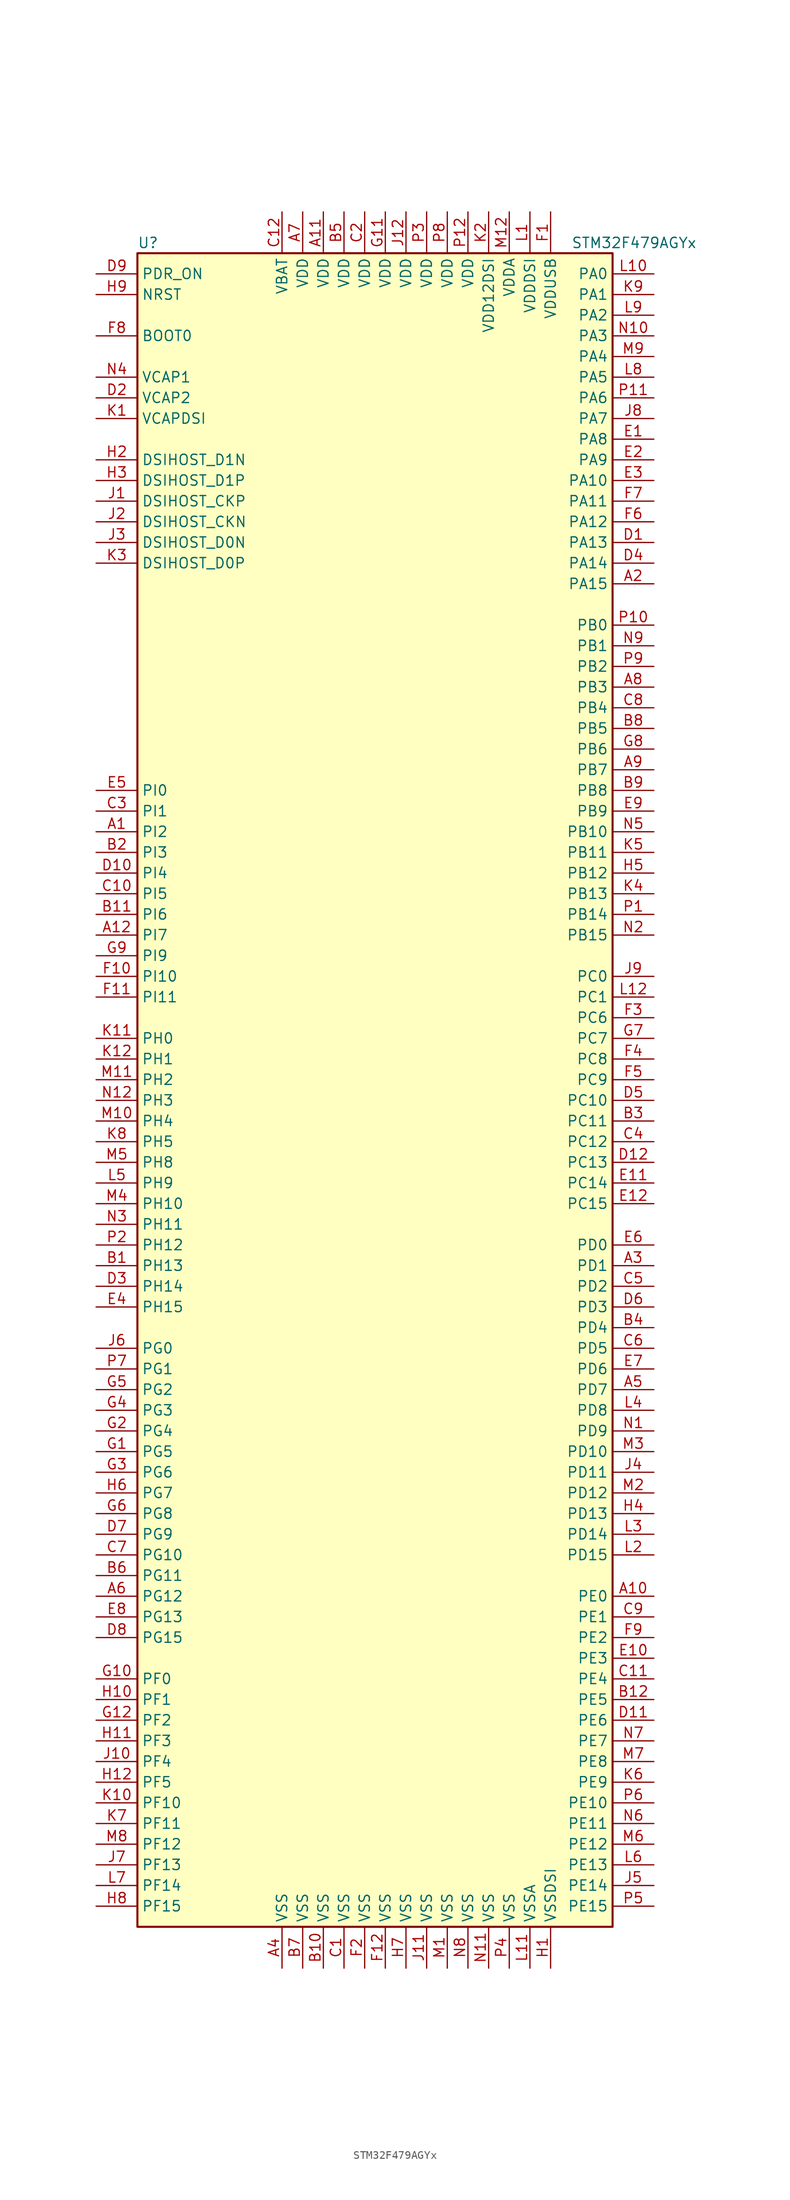
<source format=kicad_sym>
(kicad_symbol_lib
  (version 20220914)
  (generator kicad_symbol_editor)
  (symbol "STM32F479AGYx"
    (property "Reference" "U"
      (at -30.48 102.87 0)
      (effects (font (size 1.27 1.27)) (justify left)))
    (property "Value" "STM32F479AGYx"
      (at 22.86 102.87 0)
      (effects (font (size 1.27 1.27)) (justify left)))
    (symbol "STM32F479AGYx_0_1"
      (rectangle (start -30.48 -104.14) (end 27.94 101.6) (stroke (width 0.254) (type default)) (fill (type background))))
    (symbol "STM32F479AGYx_1_1"
      (pin bidirectional line (at -35.56 30.48 0) (length 5.08) (name "PI2" (effects (font (size 1.27 1.27)))) (number "A1" (effects (font (size 1.27 1.27)))))
      (pin bidirectional line (at 33.02 -63.5 180) (length 5.08) (name "PE0" (effects (font (size 1.27 1.27)))) (number "A10" (effects (font (size 1.27 1.27)))))
      (pin power_in line (at -7.62 106.68 270) (length 5.08) (name "VDD" (effects (font (size 1.27 1.27)))) (number "A11" (effects (font (size 1.27 1.27)))))
      (pin bidirectional line (at -35.56 17.78 0) (length 5.08) (name "PI7" (effects (font (size 1.27 1.27)))) (number "A12" (effects (font (size 1.27 1.27)))))
      (pin bidirectional line (at 33.02 60.96 180) (length 5.08) (name "PA15" (effects (font (size 1.27 1.27)))) (number "A2" (effects (font (size 1.27 1.27)))))
      (pin bidirectional line (at 33.02 -22.86 180) (length 5.08) (name "PD1" (effects (font (size 1.27 1.27)))) (number "A3" (effects (font (size 1.27 1.27)))))
      (pin power_in line (at -12.7 -109.22 90) (length 5.08) (name "VSS" (effects (font (size 1.27 1.27)))) (number "A4" (effects (font (size 1.27 1.27)))))
      (pin bidirectional line (at 33.02 -38.1 180) (length 5.08) (name "PD7" (effects (font (size 1.27 1.27)))) (number "A5" (effects (font (size 1.27 1.27)))))
      (pin bidirectional line (at -35.56 -63.5 0) (length 5.08) (name "PG12" (effects (font (size 1.27 1.27)))) (number "A6" (effects (font (size 1.27 1.27)))))
      (pin power_in line (at -10.16 106.68 270) (length 5.08) (name "VDD" (effects (font (size 1.27 1.27)))) (number "A7" (effects (font (size 1.27 1.27)))))
      (pin bidirectional line (at 33.02 48.26 180) (length 5.08) (name "PB3" (effects (font (size 1.27 1.27)))) (number "A8" (effects (font (size 1.27 1.27)))))
      (pin bidirectional line (at 33.02 38.1 180) (length 5.08) (name "PB7" (effects (font (size 1.27 1.27)))) (number "A9" (effects (font (size 1.27 1.27)))))
      (pin bidirectional line (at -35.56 -22.86 0) (length 5.08) (name "PH13" (effects (font (size 1.27 1.27)))) (number "B1" (effects (font (size 1.27 1.27)))))
      (pin power_in line (at -7.62 -109.22 90) (length 5.08) (name "VSS" (effects (font (size 1.27 1.27)))) (number "B10" (effects (font (size 1.27 1.27)))))
      (pin bidirectional line (at -35.56 20.32 0) (length 5.08) (name "PI6" (effects (font (size 1.27 1.27)))) (number "B11" (effects (font (size 1.27 1.27)))))
      (pin bidirectional line (at 33.02 -76.2 180) (length 5.08) (name "PE5" (effects (font (size 1.27 1.27)))) (number "B12" (effects (font (size 1.27 1.27)))))
      (pin bidirectional line (at -35.56 27.94 0) (length 5.08) (name "PI3" (effects (font (size 1.27 1.27)))) (number "B2" (effects (font (size 1.27 1.27)))))
      (pin bidirectional line (at 33.02 -5.08 180) (length 5.08) (name "PC11" (effects (font (size 1.27 1.27)))) (number "B3" (effects (font (size 1.27 1.27)))))
      (pin bidirectional line (at 33.02 -30.48 180) (length 5.08) (name "PD4" (effects (font (size 1.27 1.27)))) (number "B4" (effects (font (size 1.27 1.27)))))
      (pin power_in line (at -5.08 106.68 270) (length 5.08) (name "VDD" (effects (font (size 1.27 1.27)))) (number "B5" (effects (font (size 1.27 1.27)))))
      (pin bidirectional line (at -35.56 -60.96 0) (length 5.08) (name "PG11" (effects (font (size 1.27 1.27)))) (number "B6" (effects (font (size 1.27 1.27)))))
      (pin power_in line (at -10.16 -109.22 90) (length 5.08) (name "VSS" (effects (font (size 1.27 1.27)))) (number "B7" (effects (font (size 1.27 1.27)))))
      (pin bidirectional line (at 33.02 43.18 180) (length 5.08) (name "PB5" (effects (font (size 1.27 1.27)))) (number "B8" (effects (font (size 1.27 1.27)))))
      (pin bidirectional line (at 33.02 35.56 180) (length 5.08) (name "PB8" (effects (font (size 1.27 1.27)))) (number "B9" (effects (font (size 1.27 1.27)))))
      (pin power_in line (at -5.08 -109.22 90) (length 5.08) (name "VSS" (effects (font (size 1.27 1.27)))) (number "C1" (effects (font (size 1.27 1.27)))))
      (pin bidirectional line (at -35.56 22.86 0) (length 5.08) (name "PI5" (effects (font (size 1.27 1.27)))) (number "C10" (effects (font (size 1.27 1.27)))))
      (pin bidirectional line (at 33.02 -73.66 180) (length 5.08) (name "PE4" (effects (font (size 1.27 1.27)))) (number "C11" (effects (font (size 1.27 1.27)))))
      (pin power_in line (at -12.7 106.68 270) (length 5.08) (name "VBAT" (effects (font (size 1.27 1.27)))) (number "C12" (effects (font (size 1.27 1.27)))))
      (pin power_in line (at -2.54 106.68 270) (length 5.08) (name "VDD" (effects (font (size 1.27 1.27)))) (number "C2" (effects (font (size 1.27 1.27)))))
      (pin bidirectional line (at -35.56 33.02 0) (length 5.08) (name "PI1" (effects (font (size 1.27 1.27)))) (number "C3" (effects (font (size 1.27 1.27)))))
      (pin bidirectional line (at 33.02 -7.62 180) (length 5.08) (name "PC12" (effects (font (size 1.27 1.27)))) (number "C4" (effects (font (size 1.27 1.27)))))
      (pin bidirectional line (at 33.02 -25.4 180) (length 5.08) (name "PD2" (effects (font (size 1.27 1.27)))) (number "C5" (effects (font (size 1.27 1.27)))))
      (pin bidirectional line (at 33.02 -33.02 180) (length 5.08) (name "PD5" (effects (font (size 1.27 1.27)))) (number "C6" (effects (font (size 1.27 1.27)))))
      (pin bidirectional line (at -35.56 -58.42 0) (length 5.08) (name "PG10" (effects (font (size 1.27 1.27)))) (number "C7" (effects (font (size 1.27 1.27)))))
      (pin bidirectional line (at 33.02 45.72 180) (length 5.08) (name "PB4" (effects (font (size 1.27 1.27)))) (number "C8" (effects (font (size 1.27 1.27)))))
      (pin bidirectional line (at 33.02 -66.04 180) (length 5.08) (name "PE1" (effects (font (size 1.27 1.27)))) (number "C9" (effects (font (size 1.27 1.27)))))
      (pin bidirectional line (at 33.02 66.04 180) (length 5.08) (name "PA13" (effects (font (size 1.27 1.27)))) (number "D1" (effects (font (size 1.27 1.27)))))
      (pin bidirectional line (at -35.56 25.4 0) (length 5.08) (name "PI4" (effects (font (size 1.27 1.27)))) (number "D10" (effects (font (size 1.27 1.27)))))
      (pin bidirectional line (at 33.02 -78.74 180) (length 5.08) (name "PE6" (effects (font (size 1.27 1.27)))) (number "D11" (effects (font (size 1.27 1.27)))))
      (pin bidirectional line (at 33.02 -10.16 180) (length 5.08) (name "PC13" (effects (font (size 1.27 1.27)))) (number "D12" (effects (font (size 1.27 1.27)))))
      (pin power_in line (at -35.56 83.82 0) (length 5.08) (name "VCAP2" (effects (font (size 1.27 1.27)))) (number "D2" (effects (font (size 1.27 1.27)))))
      (pin bidirectional line (at -35.56 -25.4 0) (length 5.08) (name "PH14" (effects (font (size 1.27 1.27)))) (number "D3" (effects (font (size 1.27 1.27)))))
      (pin bidirectional line (at 33.02 63.5 180) (length 5.08) (name "PA14" (effects (font (size 1.27 1.27)))) (number "D4" (effects (font (size 1.27 1.27)))))
      (pin bidirectional line (at 33.02 -2.54 180) (length 5.08) (name "PC10" (effects (font (size 1.27 1.27)))) (number "D5" (effects (font (size 1.27 1.27)))))
      (pin bidirectional line (at 33.02 -27.94 180) (length 5.08) (name "PD3" (effects (font (size 1.27 1.27)))) (number "D6" (effects (font (size 1.27 1.27)))))
      (pin bidirectional line (at -35.56 -55.88 0) (length 5.08) (name "PG9" (effects (font (size 1.27 1.27)))) (number "D7" (effects (font (size 1.27 1.27)))))
      (pin bidirectional line (at -35.56 -68.58 0) (length 5.08) (name "PG15" (effects (font (size 1.27 1.27)))) (number "D8" (effects (font (size 1.27 1.27)))))
      (pin input line (at -35.56 99.06 0) (length 5.08) (name "PDR_ON" (effects (font (size 1.27 1.27)))) (number "D9" (effects (font (size 1.27 1.27)))))
      (pin bidirectional line (at 33.02 78.74 180) (length 5.08) (name "PA8" (effects (font (size 1.27 1.27)))) (number "E1" (effects (font (size 1.27 1.27)))))
      (pin bidirectional line (at 33.02 -71.12 180) (length 5.08) (name "PE3" (effects (font (size 1.27 1.27)))) (number "E10" (effects (font (size 1.27 1.27)))))
      (pin bidirectional line (at 33.02 -12.7 180) (length 5.08) (name "PC14" (effects (font (size 1.27 1.27)))) (number "E11" (effects (font (size 1.27 1.27)))))
      (pin bidirectional line (at 33.02 -15.24 180) (length 5.08) (name "PC15" (effects (font (size 1.27 1.27)))) (number "E12" (effects (font (size 1.27 1.27)))))
      (pin bidirectional line (at 33.02 76.2 180) (length 5.08) (name "PA9" (effects (font (size 1.27 1.27)))) (number "E2" (effects (font (size 1.27 1.27)))))
      (pin bidirectional line (at 33.02 73.66 180) (length 5.08) (name "PA10" (effects (font (size 1.27 1.27)))) (number "E3" (effects (font (size 1.27 1.27)))))
      (pin bidirectional line (at -35.56 -27.94 0) (length 5.08) (name "PH15" (effects (font (size 1.27 1.27)))) (number "E4" (effects (font (size 1.27 1.27)))))
      (pin bidirectional line (at -35.56 35.56 0) (length 5.08) (name "PI0" (effects (font (size 1.27 1.27)))) (number "E5" (effects (font (size 1.27 1.27)))))
      (pin bidirectional line (at 33.02 -20.32 180) (length 5.08) (name "PD0" (effects (font (size 1.27 1.27)))) (number "E6" (effects (font (size 1.27 1.27)))))
      (pin bidirectional line (at 33.02 -35.56 180) (length 5.08) (name "PD6" (effects (font (size 1.27 1.27)))) (number "E7" (effects (font (size 1.27 1.27)))))
      (pin bidirectional line (at -35.56 -66.04 0) (length 5.08) (name "PG13" (effects (font (size 1.27 1.27)))) (number "E8" (effects (font (size 1.27 1.27)))))
      (pin bidirectional line (at 33.02 33.02 180) (length 5.08) (name "PB9" (effects (font (size 1.27 1.27)))) (number "E9" (effects (font (size 1.27 1.27)))))
      (pin power_in line (at 20.32 106.68 270) (length 5.08) (name "VDDUSB" (effects (font (size 1.27 1.27)))) (number "F1" (effects (font (size 1.27 1.27)))))
      (pin bidirectional line (at -35.56 12.7 0) (length 5.08) (name "PI10" (effects (font (size 1.27 1.27)))) (number "F10" (effects (font (size 1.27 1.27)))))
      (pin bidirectional line (at -35.56 10.16 0) (length 5.08) (name "PI11" (effects (font (size 1.27 1.27)))) (number "F11" (effects (font (size 1.27 1.27)))))
      (pin power_in line (at 0 -109.22 90) (length 5.08) (name "VSS" (effects (font (size 1.27 1.27)))) (number "F12" (effects (font (size 1.27 1.27)))))
      (pin power_in line (at -2.54 -109.22 90) (length 5.08) (name "VSS" (effects (font (size 1.27 1.27)))) (number "F2" (effects (font (size 1.27 1.27)))))
      (pin bidirectional line (at 33.02 7.62 180) (length 5.08) (name "PC6" (effects (font (size 1.27 1.27)))) (number "F3" (effects (font (size 1.27 1.27)))))
      (pin bidirectional line (at 33.02 2.54 180) (length 5.08) (name "PC8" (effects (font (size 1.27 1.27)))) (number "F4" (effects (font (size 1.27 1.27)))))
      (pin bidirectional line (at 33.02 0 180) (length 5.08) (name "PC9" (effects (font (size 1.27 1.27)))) (number "F5" (effects (font (size 1.27 1.27)))))
      (pin bidirectional line (at 33.02 68.58 180) (length 5.08) (name "PA12" (effects (font (size 1.27 1.27)))) (number "F6" (effects (font (size 1.27 1.27)))))
      (pin bidirectional line (at 33.02 71.12 180) (length 5.08) (name "PA11" (effects (font (size 1.27 1.27)))) (number "F7" (effects (font (size 1.27 1.27)))))
      (pin input line (at -35.56 91.44 0) (length 5.08) (name "BOOT0" (effects (font (size 1.27 1.27)))) (number "F8" (effects (font (size 1.27 1.27)))))
      (pin bidirectional line (at 33.02 -68.58 180) (length 5.08) (name "PE2" (effects (font (size 1.27 1.27)))) (number "F9" (effects (font (size 1.27 1.27)))))
      (pin bidirectional line (at -35.56 -45.72 0) (length 5.08) (name "PG5" (effects (font (size 1.27 1.27)))) (number "G1" (effects (font (size 1.27 1.27)))))
      (pin bidirectional line (at -35.56 -73.66 0) (length 5.08) (name "PF0" (effects (font (size 1.27 1.27)))) (number "G10" (effects (font (size 1.27 1.27)))))
      (pin power_in line (at 0 106.68 270) (length 5.08) (name "VDD" (effects (font (size 1.27 1.27)))) (number "G11" (effects (font (size 1.27 1.27)))))
      (pin bidirectional line (at -35.56 -78.74 0) (length 5.08) (name "PF2" (effects (font (size 1.27 1.27)))) (number "G12" (effects (font (size 1.27 1.27)))))
      (pin bidirectional line (at -35.56 -43.18 0) (length 5.08) (name "PG4" (effects (font (size 1.27 1.27)))) (number "G2" (effects (font (size 1.27 1.27)))))
      (pin bidirectional line (at -35.56 -48.26 0) (length 5.08) (name "PG6" (effects (font (size 1.27 1.27)))) (number "G3" (effects (font (size 1.27 1.27)))))
      (pin bidirectional line (at -35.56 -40.64 0) (length 5.08) (name "PG3" (effects (font (size 1.27 1.27)))) (number "G4" (effects (font (size 1.27 1.27)))))
      (pin bidirectional line (at -35.56 -38.1 0) (length 5.08) (name "PG2" (effects (font (size 1.27 1.27)))) (number "G5" (effects (font (size 1.27 1.27)))))
      (pin bidirectional line (at -35.56 -53.34 0) (length 5.08) (name "PG8" (effects (font (size 1.27 1.27)))) (number "G6" (effects (font (size 1.27 1.27)))))
      (pin bidirectional line (at 33.02 5.08 180) (length 5.08) (name "PC7" (effects (font (size 1.27 1.27)))) (number "G7" (effects (font (size 1.27 1.27)))))
      (pin bidirectional line (at 33.02 40.64 180) (length 5.08) (name "PB6" (effects (font (size 1.27 1.27)))) (number "G8" (effects (font (size 1.27 1.27)))))
      (pin bidirectional line (at -35.56 15.24 0) (length 5.08) (name "PI9" (effects (font (size 1.27 1.27)))) (number "G9" (effects (font (size 1.27 1.27)))))
      (pin power_in line (at 20.32 -109.22 90) (length 5.08) (name "VSSDSI" (effects (font (size 1.27 1.27)))) (number "H1" (effects (font (size 1.27 1.27)))))
      (pin bidirectional line (at -35.56 -76.2 0) (length 5.08) (name "PF1" (effects (font (size 1.27 1.27)))) (number "H10" (effects (font (size 1.27 1.27)))))
      (pin bidirectional line (at -35.56 -81.28 0) (length 5.08) (name "PF3" (effects (font (size 1.27 1.27)))) (number "H11" (effects (font (size 1.27 1.27)))))
      (pin bidirectional line (at -35.56 -86.36 0) (length 5.08) (name "PF5" (effects (font (size 1.27 1.27)))) (number "H12" (effects (font (size 1.27 1.27)))))
      (pin bidirectional line (at -35.56 76.2 0) (length 5.08) (name "DSIHOST_D1N" (effects (font (size 1.27 1.27)))) (number "H2" (effects (font (size 1.27 1.27)))))
      (pin bidirectional line (at -35.56 73.66 0) (length 5.08) (name "DSIHOST_D1P" (effects (font (size 1.27 1.27)))) (number "H3" (effects (font (size 1.27 1.27)))))
      (pin bidirectional line (at 33.02 -53.34 180) (length 5.08) (name "PD13" (effects (font (size 1.27 1.27)))) (number "H4" (effects (font (size 1.27 1.27)))))
      (pin bidirectional line (at 33.02 25.4 180) (length 5.08) (name "PB12" (effects (font (size 1.27 1.27)))) (number "H5" (effects (font (size 1.27 1.27)))))
      (pin bidirectional line (at -35.56 -50.8 0) (length 5.08) (name "PG7" (effects (font (size 1.27 1.27)))) (number "H6" (effects (font (size 1.27 1.27)))))
      (pin power_in line (at 2.54 -109.22 90) (length 5.08) (name "VSS" (effects (font (size 1.27 1.27)))) (number "H7" (effects (font (size 1.27 1.27)))))
      (pin bidirectional line (at -35.56 -101.6 0) (length 5.08) (name "PF15" (effects (font (size 1.27 1.27)))) (number "H8" (effects (font (size 1.27 1.27)))))
      (pin input line (at -35.56 96.52 0) (length 5.08) (name "NRST" (effects (font (size 1.27 1.27)))) (number "H9" (effects (font (size 1.27 1.27)))))
      (pin bidirectional line (at -35.56 71.12 0) (length 5.08) (name "DSIHOST_CKP" (effects (font (size 1.27 1.27)))) (number "J1" (effects (font (size 1.27 1.27)))))
      (pin bidirectional line (at -35.56 -83.82 0) (length 5.08) (name "PF4" (effects (font (size 1.27 1.27)))) (number "J10" (effects (font (size 1.27 1.27)))))
      (pin power_in line (at 5.08 -109.22 90) (length 5.08) (name "VSS" (effects (font (size 1.27 1.27)))) (number "J11" (effects (font (size 1.27 1.27)))))
      (pin power_in line (at 2.54 106.68 270) (length 5.08) (name "VDD" (effects (font (size 1.27 1.27)))) (number "J12" (effects (font (size 1.27 1.27)))))
      (pin bidirectional line (at -35.56 68.58 0) (length 5.08) (name "DSIHOST_CKN" (effects (font (size 1.27 1.27)))) (number "J2" (effects (font (size 1.27 1.27)))))
      (pin bidirectional line (at -35.56 66.04 0) (length 5.08) (name "DSIHOST_D0N" (effects (font (size 1.27 1.27)))) (number "J3" (effects (font (size 1.27 1.27)))))
      (pin bidirectional line (at 33.02 -48.26 180) (length 5.08) (name "PD11" (effects (font (size 1.27 1.27)))) (number "J4" (effects (font (size 1.27 1.27)))))
      (pin bidirectional line (at 33.02 -99.06 180) (length 5.08) (name "PE14" (effects (font (size 1.27 1.27)))) (number "J5" (effects (font (size 1.27 1.27)))))
      (pin bidirectional line (at -35.56 -33.02 0) (length 5.08) (name "PG0" (effects (font (size 1.27 1.27)))) (number "J6" (effects (font (size 1.27 1.27)))))
      (pin bidirectional line (at -35.56 -96.52 0) (length 5.08) (name "PF13" (effects (font (size 1.27 1.27)))) (number "J7" (effects (font (size 1.27 1.27)))))
      (pin bidirectional line (at 33.02 81.28 180) (length 5.08) (name "PA7" (effects (font (size 1.27 1.27)))) (number "J8" (effects (font (size 1.27 1.27)))))
      (pin bidirectional line (at 33.02 12.7 180) (length 5.08) (name "PC0" (effects (font (size 1.27 1.27)))) (number "J9" (effects (font (size 1.27 1.27)))))
      (pin power_in line (at -35.56 81.28 0) (length 5.08) (name "VCAPDSI" (effects (font (size 1.27 1.27)))) (number "K1" (effects (font (size 1.27 1.27)))))
      (pin bidirectional line (at -35.56 -88.9 0) (length 5.08) (name "PF10" (effects (font (size 1.27 1.27)))) (number "K10" (effects (font (size 1.27 1.27)))))
      (pin input line (at -35.56 5.08 0) (length 5.08) (name "PH0" (effects (font (size 1.27 1.27)))) (number "K11" (effects (font (size 1.27 1.27)))))
      (pin input line (at -35.56 2.54 0) (length 5.08) (name "PH1" (effects (font (size 1.27 1.27)))) (number "K12" (effects (font (size 1.27 1.27)))))
      (pin power_in line (at 12.7 106.68 270) (length 5.08) (name "VDD12DSI" (effects (font (size 1.27 1.27)))) (number "K2" (effects (font (size 1.27 1.27)))))
      (pin bidirectional line (at -35.56 63.5 0) (length 5.08) (name "DSIHOST_D0P" (effects (font (size 1.27 1.27)))) (number "K3" (effects (font (size 1.27 1.27)))))
      (pin bidirectional line (at 33.02 22.86 180) (length 5.08) (name "PB13" (effects (font (size 1.27 1.27)))) (number "K4" (effects (font (size 1.27 1.27)))))
      (pin bidirectional line (at 33.02 27.94 180) (length 5.08) (name "PB11" (effects (font (size 1.27 1.27)))) (number "K5" (effects (font (size 1.27 1.27)))))
      (pin bidirectional line (at 33.02 -86.36 180) (length 5.08) (name "PE9" (effects (font (size 1.27 1.27)))) (number "K6" (effects (font (size 1.27 1.27)))))
      (pin bidirectional line (at -35.56 -91.44 0) (length 5.08) (name "PF11" (effects (font (size 1.27 1.27)))) (number "K7" (effects (font (size 1.27 1.27)))))
      (pin bidirectional line (at -35.56 -7.62 0) (length 5.08) (name "PH5" (effects (font (size 1.27 1.27)))) (number "K8" (effects (font (size 1.27 1.27)))))
      (pin bidirectional line (at 33.02 96.52 180) (length 5.08) (name "PA1" (effects (font (size 1.27 1.27)))) (number "K9" (effects (font (size 1.27 1.27)))))
      (pin power_in line (at 17.78 106.68 270) (length 5.08) (name "VDDDSI" (effects (font (size 1.27 1.27)))) (number "L1" (effects (font (size 1.27 1.27)))))
      (pin bidirectional line (at 33.02 99.06 180) (length 5.08) (name "PA0" (effects (font (size 1.27 1.27)))) (number "L10" (effects (font (size 1.27 1.27)))))
      (pin power_in line (at 17.78 -109.22 90) (length 5.08) (name "VSSA" (effects (font (size 1.27 1.27)))) (number "L11" (effects (font (size 1.27 1.27)))))
      (pin bidirectional line (at 33.02 10.16 180) (length 5.08) (name "PC1" (effects (font (size 1.27 1.27)))) (number "L12" (effects (font (size 1.27 1.27)))))
      (pin bidirectional line (at 33.02 -58.42 180) (length 5.08) (name "PD15" (effects (font (size 1.27 1.27)))) (number "L2" (effects (font (size 1.27 1.27)))))
      (pin bidirectional line (at 33.02 -55.88 180) (length 5.08) (name "PD14" (effects (font (size 1.27 1.27)))) (number "L3" (effects (font (size 1.27 1.27)))))
      (pin bidirectional line (at 33.02 -40.64 180) (length 5.08) (name "PD8" (effects (font (size 1.27 1.27)))) (number "L4" (effects (font (size 1.27 1.27)))))
      (pin bidirectional line (at -35.56 -12.7 0) (length 5.08) (name "PH9" (effects (font (size 1.27 1.27)))) (number "L5" (effects (font (size 1.27 1.27)))))
      (pin bidirectional line (at 33.02 -96.52 180) (length 5.08) (name "PE13" (effects (font (size 1.27 1.27)))) (number "L6" (effects (font (size 1.27 1.27)))))
      (pin bidirectional line (at -35.56 -99.06 0) (length 5.08) (name "PF14" (effects (font (size 1.27 1.27)))) (number "L7" (effects (font (size 1.27 1.27)))))
      (pin bidirectional line (at 33.02 86.36 180) (length 5.08) (name "PA5" (effects (font (size 1.27 1.27)))) (number "L8" (effects (font (size 1.27 1.27)))))
      (pin bidirectional line (at 33.02 93.98 180) (length 5.08) (name "PA2" (effects (font (size 1.27 1.27)))) (number "L9" (effects (font (size 1.27 1.27)))))
      (pin power_in line (at 7.62 -109.22 90) (length 5.08) (name "VSS" (effects (font (size 1.27 1.27)))) (number "M1" (effects (font (size 1.27 1.27)))))
      (pin bidirectional line (at -35.56 -5.08 0) (length 5.08) (name "PH4" (effects (font (size 1.27 1.27)))) (number "M10" (effects (font (size 1.27 1.27)))))
      (pin bidirectional line (at -35.56 0 0) (length 5.08) (name "PH2" (effects (font (size 1.27 1.27)))) (number "M11" (effects (font (size 1.27 1.27)))))
      (pin power_in line (at 15.24 106.68 270) (length 5.08) (name "VDDA" (effects (font (size 1.27 1.27)))) (number "M12" (effects (font (size 1.27 1.27)))))
      (pin bidirectional line (at 33.02 -50.8 180) (length 5.08) (name "PD12" (effects (font (size 1.27 1.27)))) (number "M2" (effects (font (size 1.27 1.27)))))
      (pin bidirectional line (at 33.02 -45.72 180) (length 5.08) (name "PD10" (effects (font (size 1.27 1.27)))) (number "M3" (effects (font (size 1.27 1.27)))))
      (pin bidirectional line (at -35.56 -15.24 0) (length 5.08) (name "PH10" (effects (font (size 1.27 1.27)))) (number "M4" (effects (font (size 1.27 1.27)))))
      (pin bidirectional line (at -35.56 -10.16 0) (length 5.08) (name "PH8" (effects (font (size 1.27 1.27)))) (number "M5" (effects (font (size 1.27 1.27)))))
      (pin bidirectional line (at 33.02 -93.98 180) (length 5.08) (name "PE12" (effects (font (size 1.27 1.27)))) (number "M6" (effects (font (size 1.27 1.27)))))
      (pin bidirectional line (at 33.02 -83.82 180) (length 5.08) (name "PE8" (effects (font (size 1.27 1.27)))) (number "M7" (effects (font (size 1.27 1.27)))))
      (pin bidirectional line (at -35.56 -93.98 0) (length 5.08) (name "PF12" (effects (font (size 1.27 1.27)))) (number "M8" (effects (font (size 1.27 1.27)))))
      (pin bidirectional line (at 33.02 88.9 180) (length 5.08) (name "PA4" (effects (font (size 1.27 1.27)))) (number "M9" (effects (font (size 1.27 1.27)))))
      (pin bidirectional line (at 33.02 -43.18 180) (length 5.08) (name "PD9" (effects (font (size 1.27 1.27)))) (number "N1" (effects (font (size 1.27 1.27)))))
      (pin bidirectional line (at 33.02 91.44 180) (length 5.08) (name "PA3" (effects (font (size 1.27 1.27)))) (number "N10" (effects (font (size 1.27 1.27)))))
      (pin power_in line (at 12.7 -109.22 90) (length 5.08) (name "VSS" (effects (font (size 1.27 1.27)))) (number "N11" (effects (font (size 1.27 1.27)))))
      (pin bidirectional line (at -35.56 -2.54 0) (length 5.08) (name "PH3" (effects (font (size 1.27 1.27)))) (number "N12" (effects (font (size 1.27 1.27)))))
      (pin bidirectional line (at 33.02 17.78 180) (length 5.08) (name "PB15" (effects (font (size 1.27 1.27)))) (number "N2" (effects (font (size 1.27 1.27)))))
      (pin bidirectional line (at -35.56 -17.78 0) (length 5.08) (name "PH11" (effects (font (size 1.27 1.27)))) (number "N3" (effects (font (size 1.27 1.27)))))
      (pin power_in line (at -35.56 86.36 0) (length 5.08) (name "VCAP1" (effects (font (size 1.27 1.27)))) (number "N4" (effects (font (size 1.27 1.27)))))
      (pin bidirectional line (at 33.02 30.48 180) (length 5.08) (name "PB10" (effects (font (size 1.27 1.27)))) (number "N5" (effects (font (size 1.27 1.27)))))
      (pin bidirectional line (at 33.02 -91.44 180) (length 5.08) (name "PE11" (effects (font (size 1.27 1.27)))) (number "N6" (effects (font (size 1.27 1.27)))))
      (pin bidirectional line (at 33.02 -81.28 180) (length 5.08) (name "PE7" (effects (font (size 1.27 1.27)))) (number "N7" (effects (font (size 1.27 1.27)))))
      (pin power_in line (at 10.16 -109.22 90) (length 5.08) (name "VSS" (effects (font (size 1.27 1.27)))) (number "N8" (effects (font (size 1.27 1.27)))))
      (pin bidirectional line (at 33.02 53.34 180) (length 5.08) (name "PB1" (effects (font (size 1.27 1.27)))) (number "N9" (effects (font (size 1.27 1.27)))))
      (pin bidirectional line (at 33.02 20.32 180) (length 5.08) (name "PB14" (effects (font (size 1.27 1.27)))) (number "P1" (effects (font (size 1.27 1.27)))))
      (pin bidirectional line (at 33.02 55.88 180) (length 5.08) (name "PB0" (effects (font (size 1.27 1.27)))) (number "P10" (effects (font (size 1.27 1.27)))))
      (pin bidirectional line (at 33.02 83.82 180) (length 5.08) (name "PA6" (effects (font (size 1.27 1.27)))) (number "P11" (effects (font (size 1.27 1.27)))))
      (pin power_in line (at 10.16 106.68 270) (length 5.08) (name "VDD" (effects (font (size 1.27 1.27)))) (number "P12" (effects (font (size 1.27 1.27)))))
      (pin bidirectional line (at -35.56 -20.32 0) (length 5.08) (name "PH12" (effects (font (size 1.27 1.27)))) (number "P2" (effects (font (size 1.27 1.27)))))
      (pin power_in line (at 5.08 106.68 270) (length 5.08) (name "VDD" (effects (font (size 1.27 1.27)))) (number "P3" (effects (font (size 1.27 1.27)))))
      (pin power_in line (at 15.24 -109.22 90) (length 5.08) (name "VSS" (effects (font (size 1.27 1.27)))) (number "P4" (effects (font (size 1.27 1.27)))))
      (pin bidirectional line (at 33.02 -101.6 180) (length 5.08) (name "PE15" (effects (font (size 1.27 1.27)))) (number "P5" (effects (font (size 1.27 1.27)))))
      (pin bidirectional line (at 33.02 -88.9 180) (length 5.08) (name "PE10" (effects (font (size 1.27 1.27)))) (number "P6" (effects (font (size 1.27 1.27)))))
      (pin bidirectional line (at -35.56 -35.56 0) (length 5.08) (name "PG1" (effects (font (size 1.27 1.27)))) (number "P7" (effects (font (size 1.27 1.27)))))
      (pin power_in line (at 7.62 106.68 270) (length 5.08) (name "VDD" (effects (font (size 1.27 1.27)))) (number "P8" (effects (font (size 1.27 1.27)))))
      (pin bidirectional line (at 33.02 50.8 180) (length 5.08) (name "PB2" (effects (font (size 1.27 1.27)))) (number "P9" (effects (font (size 1.27 1.27))))))))
</source>
